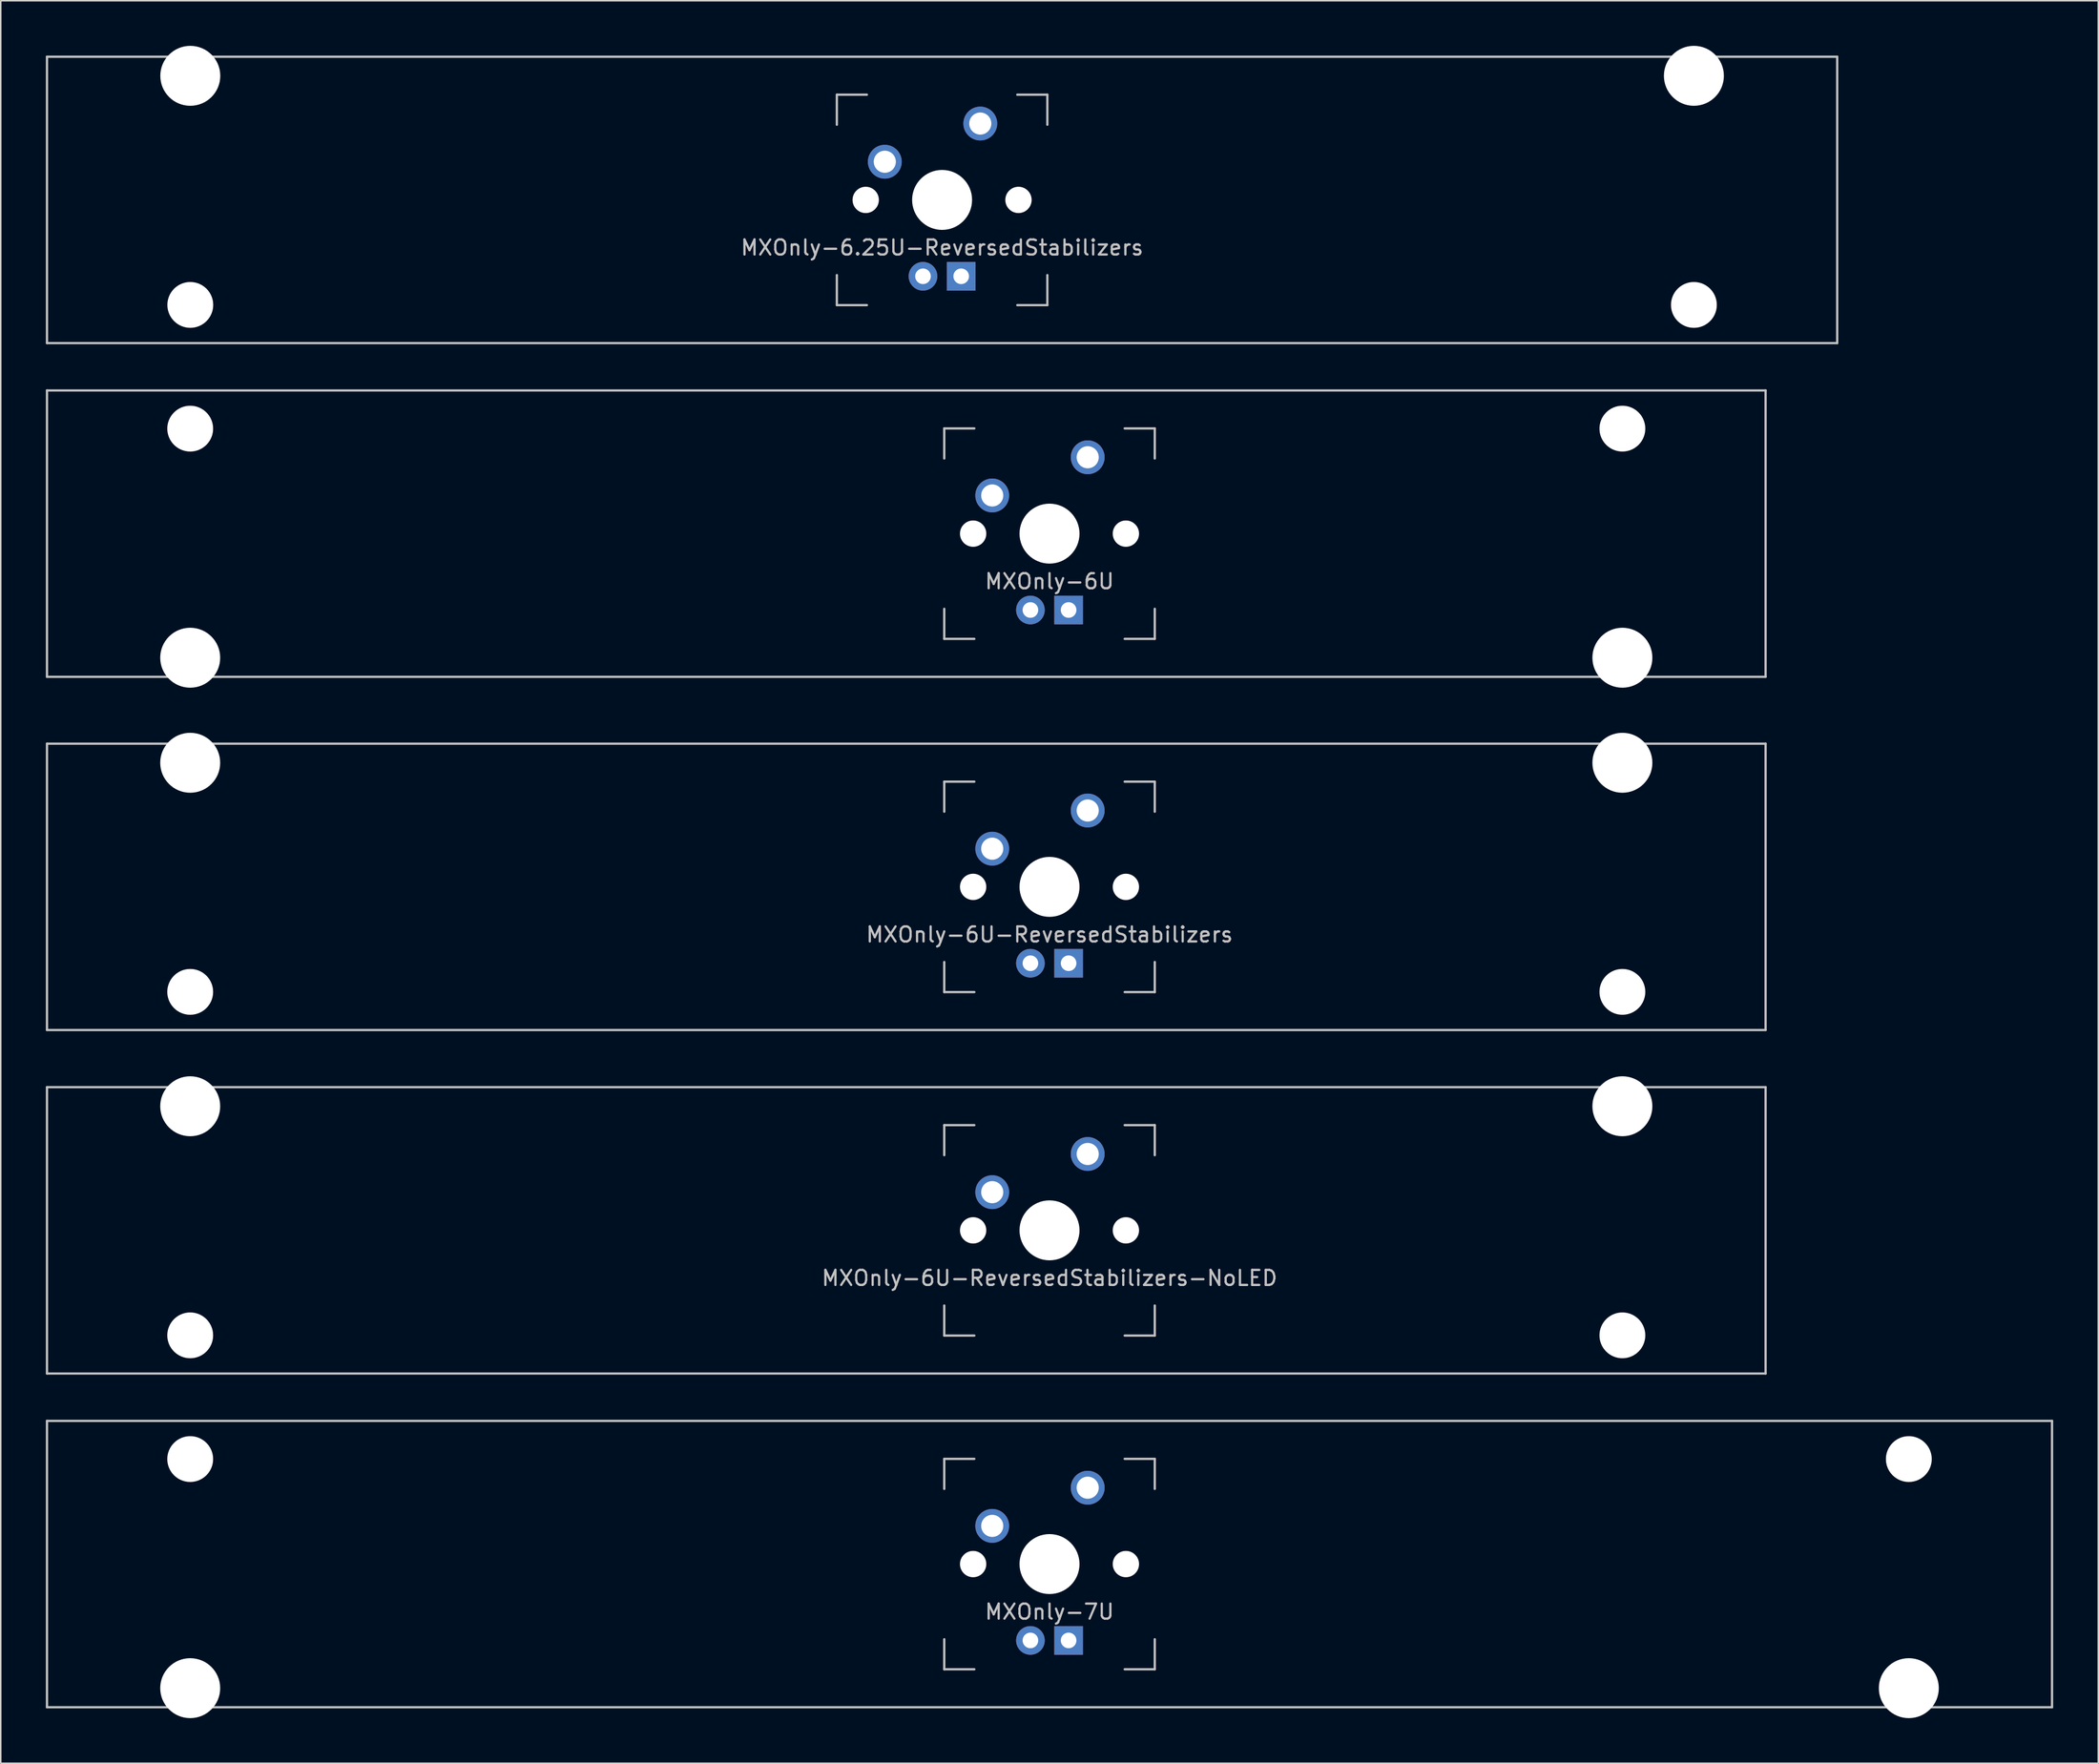
<source format=kicad_pcb>
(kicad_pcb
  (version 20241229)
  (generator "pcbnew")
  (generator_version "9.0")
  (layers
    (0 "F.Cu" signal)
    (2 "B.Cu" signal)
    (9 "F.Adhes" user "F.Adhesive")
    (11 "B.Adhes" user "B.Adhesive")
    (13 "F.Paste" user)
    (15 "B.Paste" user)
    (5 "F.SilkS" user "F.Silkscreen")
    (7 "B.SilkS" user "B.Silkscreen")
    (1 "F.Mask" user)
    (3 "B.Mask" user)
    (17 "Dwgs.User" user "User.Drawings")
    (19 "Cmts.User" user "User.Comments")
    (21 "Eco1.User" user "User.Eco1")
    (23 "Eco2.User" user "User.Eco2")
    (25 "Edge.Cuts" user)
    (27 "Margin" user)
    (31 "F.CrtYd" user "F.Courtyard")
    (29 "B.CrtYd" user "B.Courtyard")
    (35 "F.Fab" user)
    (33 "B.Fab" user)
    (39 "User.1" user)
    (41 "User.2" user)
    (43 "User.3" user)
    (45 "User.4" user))
  (footprint "MXOnly-6U"
    (layer "F.Cu")
    (at 57.225 32.449)
    (property "Reference" "MXOnly-6U" (at 9.525 3.175 0) (layer "Dwgs.User") (effects (font (size 1 1) (thickness 0.15))))
    (attr through_hole)
    (fp_line (start -57.15 -9.525) (end 57.15 -9.525) (stroke (width 0.15) (type solid)) (layer "Dwgs.User"))
    (fp_line (start -57.15 9.525) (end -57.15 -9.525) (stroke (width 0.15) (type solid)) (layer "Dwgs.User"))
    (fp_line (start -57.15 9.525) (end 57.15 9.525) (stroke (width 0.15) (type solid)) (layer "Dwgs.User"))
    (fp_line (start 2.525 -7) (end 2.525 -5) (stroke (width 0.15) (type solid)) (layer "Dwgs.User"))
    (fp_line (start 2.525 5) (end 2.525 7) (stroke (width 0.15) (type solid)) (layer "Dwgs.User"))
    (fp_line (start 2.525 7) (end 4.525 7) (stroke (width 0.15) (type solid)) (layer "Dwgs.User"))
    (fp_line (start 4.525 -7) (end 2.525 -7) (stroke (width 0.15) (type solid)) (layer "Dwgs.User"))
    (fp_line (start 14.525 -7) (end 16.525 -7) (stroke (width 0.15) (type solid)) (layer "Dwgs.User"))
    (fp_line (start 14.525 7) (end 16.525 7) (stroke (width 0.15) (type solid)) (layer "Dwgs.User"))
    (fp_line (start 16.525 -7) (end 16.525 -5) (stroke (width 0.15) (type solid)) (layer "Dwgs.User"))
    (fp_line (start 16.525 7) (end 16.525 5) (stroke (width 0.15) (type solid)) (layer "Dwgs.User"))
    (fp_line (start 57.15 -9.525) (end 57.15 9.525) (stroke (width 0.15) (type solid)) (layer "Dwgs.User"))
    (pad "" np_thru_hole circle (at -47.625 -6.985) (size 3.048 3.048) (drill 3.048) (layers "*.Cu" "*.Mask"))
    (pad "" np_thru_hole circle (at -47.625 8.255) (size 3.988 3.988) (drill 3.988) (layers "*.Cu" "*.Mask"))
    (pad "" np_thru_hole circle (at 4.445 0 48.1) (size 1.75 1.75) (drill 1.75) (layers "*.Cu" "*.Mask"))
    (pad "" np_thru_hole circle (at 9.525 0) (size 3.988 3.988) (drill 3.988) (layers "*.Cu" "*.Mask"))
    (pad "" np_thru_hole circle (at 14.605 0 48.1) (size 1.75 1.75) (drill 1.75) (layers "*.Cu" "*.Mask"))
    (pad "" np_thru_hole circle (at 47.625 -6.985) (size 3.048 3.048) (drill 3.048) (layers "*.Cu" "*.Mask"))
    (pad "" np_thru_hole circle (at 47.625 8.255) (size 3.988 3.988) (drill 3.988) (layers "*.Cu" "*.Mask"))
    (pad "1" thru_hole circle (at 5.715 -2.54) (size 2.25 2.25) (drill 1.47) (layers "*.Cu" "*.Mask"))
    (pad "2" thru_hole circle (at 12.065 -5.08) (size 2.25 2.25) (drill 1.47) (layers "*.Cu" "*.Mask"))
    (pad "3" thru_hole circle (at 8.255 5.08) (size 1.905 1.905) (drill 1.04) (layers "*.Cu" "*.Mask"))
    (pad "4" thru_hole rect (at 10.795 5.08) (size 1.905 1.905) (drill 1.04) (layers "*.Cu" "*.Mask")))
  (footprint "MXOnly-6U-ReversedStabilizers"
    (layer "F.Cu")
    (at 57.225 55.947)
    (property "Reference" "MXOnly-6U-ReversedStabilizers" (at 9.525 3.175 0) (layer "Dwgs.User") (effects (font (size 1 1) (thickness 0.15))))
    (attr through_hole)
    (fp_line (start -57.15 -9.525) (end 57.15 -9.525) (stroke (width 0.15) (type solid)) (layer "Dwgs.User"))
    (fp_line (start -57.15 9.525) (end -57.15 -9.525) (stroke (width 0.15) (type solid)) (layer "Dwgs.User"))
    (fp_line (start -57.15 9.525) (end 57.15 9.525) (stroke (width 0.15) (type solid)) (layer "Dwgs.User"))
    (fp_line (start 2.525 -7) (end 2.525 -5) (stroke (width 0.15) (type solid)) (layer "Dwgs.User"))
    (fp_line (start 2.525 5) (end 2.525 7) (stroke (width 0.15) (type solid)) (layer "Dwgs.User"))
    (fp_line (start 2.525 7) (end 4.525 7) (stroke (width 0.15) (type solid)) (layer "Dwgs.User"))
    (fp_line (start 4.525 -7) (end 2.525 -7) (stroke (width 0.15) (type solid)) (layer "Dwgs.User"))
    (fp_line (start 14.525 -7) (end 16.525 -7) (stroke (width 0.15) (type solid)) (layer "Dwgs.User"))
    (fp_line (start 14.525 7) (end 16.525 7) (stroke (width 0.15) (type solid)) (layer "Dwgs.User"))
    (fp_line (start 16.525 -7) (end 16.525 -5) (stroke (width 0.15) (type solid)) (layer "Dwgs.User"))
    (fp_line (start 16.525 7) (end 16.525 5) (stroke (width 0.15) (type solid)) (layer "Dwgs.User"))
    (fp_line (start 57.15 -9.525) (end 57.15 9.525) (stroke (width 0.15) (type solid)) (layer "Dwgs.User"))
    (pad "" np_thru_hole circle (at -47.625 -8.255) (size 3.988 3.988) (drill 3.988) (layers "*.Cu" "*.Mask"))
    (pad "" np_thru_hole circle (at -47.625 6.985) (size 3.048 3.048) (drill 3.048) (layers "*.Cu" "*.Mask"))
    (pad "" np_thru_hole circle (at 4.445 0 48.1) (size 1.75 1.75) (drill 1.75) (layers "*.Cu" "*.Mask"))
    (pad "" np_thru_hole circle (at 9.525 0) (size 3.988 3.988) (drill 3.988) (layers "*.Cu" "*.Mask"))
    (pad "" np_thru_hole circle (at 14.605 0 48.1) (size 1.75 1.75) (drill 1.75) (layers "*.Cu" "*.Mask"))
    (pad "" np_thru_hole circle (at 47.625 -8.255) (size 3.988 3.988) (drill 3.988) (layers "*.Cu" "*.Mask"))
    (pad "" np_thru_hole circle (at 47.625 6.985) (size 3.048 3.048) (drill 3.048) (layers "*.Cu" "*.Mask"))
    (pad "1" thru_hole circle (at 5.715 -2.54) (size 2.25 2.25) (drill 1.47) (layers "*.Cu" "*.Mask"))
    (pad "2" thru_hole circle (at 12.065 -5.08) (size 2.25 2.25) (drill 1.47) (layers "*.Cu" "*.Mask"))
    (pad "3" thru_hole circle (at 8.255 5.08) (size 1.905 1.905) (drill 1.04) (layers "*.Cu" "*.Mask"))
    (pad "4" thru_hole rect (at 10.795 5.08) (size 1.905 1.905) (drill 1.04) (layers "*.Cu" "*.Mask")))
  (footprint "MXOnly-6U-ReversedStabilizers-NoLED"
    (layer "F.Cu")
    (at 57.225 78.796)
    (property "Reference" "MXOnly-6U-ReversedStabilizers-NoLED" (at 9.525 3.175 0) (layer "Dwgs.User") (effects (font (size 1 1) (thickness 0.15))))
    (attr through_hole)
    (fp_line (start -57.15 -9.525) (end 57.15 -9.525) (stroke (width 0.15) (type solid)) (layer "Dwgs.User"))
    (fp_line (start -57.15 9.525) (end -57.15 -9.525) (stroke (width 0.15) (type solid)) (layer "Dwgs.User"))
    (fp_line (start -57.15 9.525) (end 57.15 9.525) (stroke (width 0.15) (type solid)) (layer "Dwgs.User"))
    (fp_line (start 2.525 -7) (end 2.525 -5) (stroke (width 0.15) (type solid)) (layer "Dwgs.User"))
    (fp_line (start 2.525 5) (end 2.525 7) (stroke (width 0.15) (type solid)) (layer "Dwgs.User"))
    (fp_line (start 2.525 7) (end 4.525 7) (stroke (width 0.15) (type solid)) (layer "Dwgs.User"))
    (fp_line (start 4.525 -7) (end 2.525 -7) (stroke (width 0.15) (type solid)) (layer "Dwgs.User"))
    (fp_line (start 14.525 -7) (end 16.525 -7) (stroke (width 0.15) (type solid)) (layer "Dwgs.User"))
    (fp_line (start 14.525 7) (end 16.525 7) (stroke (width 0.15) (type solid)) (layer "Dwgs.User"))
    (fp_line (start 16.525 -7) (end 16.525 -5) (stroke (width 0.15) (type solid)) (layer "Dwgs.User"))
    (fp_line (start 16.525 7) (end 16.525 5) (stroke (width 0.15) (type solid)) (layer "Dwgs.User"))
    (fp_line (start 57.15 -9.525) (end 57.15 9.525) (stroke (width 0.15) (type solid)) (layer "Dwgs.User"))
    (pad "" np_thru_hole circle (at -47.625 -8.255) (size 3.988 3.988) (drill 3.988) (layers "*.Cu" "*.Mask"))
    (pad "" np_thru_hole circle (at -47.625 6.985) (size 3.048 3.048) (drill 3.048) (layers "*.Cu" "*.Mask"))
    (pad "" np_thru_hole circle (at 4.445 0 48.1) (size 1.75 1.75) (drill 1.75) (layers "*.Cu" "*.Mask"))
    (pad "" np_thru_hole circle (at 9.525 0) (size 3.988 3.988) (drill 3.988) (layers "*.Cu" "*.Mask"))
    (pad "" np_thru_hole circle (at 14.605 0 48.1) (size 1.75 1.75) (drill 1.75) (layers "*.Cu" "*.Mask"))
    (pad "" np_thru_hole circle (at 47.625 -8.255) (size 3.988 3.988) (drill 3.988) (layers "*.Cu" "*.Mask"))
    (pad "" np_thru_hole circle (at 47.625 6.985) (size 3.048 3.048) (drill 3.048) (layers "*.Cu" "*.Mask"))
    (pad "1" thru_hole circle (at 5.715 -2.54) (size 2.25 2.25) (drill 1.47) (layers "*.Cu" "*.Mask"))
    (pad "2" thru_hole circle (at 12.065 -5.08) (size 2.25 2.25) (drill 1.47) (layers "*.Cu" "*.Mask")))
  (footprint "MXOnly-6.25U-ReversedStabilizers"
    (layer "F.Cu")
    (at 59.606 10.249)
    (property "Reference" "MXOnly-6.25U-ReversedStabilizers" (at 0 3.175 0) (layer "Dwgs.User") (effects (font (size 1 1) (thickness 0.15))))
    (attr through_hole)
    (fp_line (start -59.531 -9.525) (end 59.531 -9.525) (stroke (width 0.15) (type solid)) (layer "Dwgs.User"))
    (fp_line (start -59.531 9.525) (end -59.531 -9.525) (stroke (width 0.15) (type solid)) (layer "Dwgs.User"))
    (fp_line (start -59.531 9.525) (end 59.531 9.525) (stroke (width 0.15) (type solid)) (layer "Dwgs.User"))
    (fp_line (start -7 -7) (end -7 -5) (stroke (width 0.15) (type solid)) (layer "Dwgs.User"))
    (fp_line (start -7 5) (end -7 7) (stroke (width 0.15) (type solid)) (layer "Dwgs.User"))
    (fp_line (start -7 7) (end -5 7) (stroke (width 0.15) (type solid)) (layer "Dwgs.User"))
    (fp_line (start -5 -7) (end -7 -7) (stroke (width 0.15) (type solid)) (layer "Dwgs.User"))
    (fp_line (start 5 -7) (end 7 -7) (stroke (width 0.15) (type solid)) (layer "Dwgs.User"))
    (fp_line (start 5 7) (end 7 7) (stroke (width 0.15) (type solid)) (layer "Dwgs.User"))
    (fp_line (start 7 -7) (end 7 -5) (stroke (width 0.15) (type solid)) (layer "Dwgs.User"))
    (fp_line (start 7 7) (end 7 5) (stroke (width 0.15) (type solid)) (layer "Dwgs.User"))
    (fp_line (start 59.531 -9.525) (end 59.531 9.525) (stroke (width 0.15) (type solid)) (layer "Dwgs.User"))
    (pad "" np_thru_hole circle (at -50 -8.255) (size 3.988 3.988) (drill 3.988) (layers "*.Cu" "*.Mask"))
    (pad "" np_thru_hole circle (at -50 6.985) (size 3.048 3.048) (drill 3.048) (layers "*.Cu" "*.Mask"))
    (pad "" np_thru_hole circle (at -5.08 0 48.1) (size 1.75 1.75) (drill 1.75) (layers "*.Cu" "*.Mask"))
    (pad "" np_thru_hole circle (at 0 0) (size 3.988 3.988) (drill 3.988) (layers "*.Cu" "*.Mask"))
    (pad "" np_thru_hole circle (at 5.08 0 48.1) (size 1.75 1.75) (drill 1.75) (layers "*.Cu" "*.Mask"))
    (pad "" np_thru_hole circle (at 50 -8.255) (size 3.988 3.988) (drill 3.988) (layers "*.Cu" "*.Mask"))
    (pad "" np_thru_hole circle (at 50 6.985) (size 3.048 3.048) (drill 3.048) (layers "*.Cu" "*.Mask"))
    (pad "1" thru_hole circle (at -3.81 -2.54) (size 2.25 2.25) (drill 1.47) (layers "*.Cu" "*.Mask"))
    (pad "2" thru_hole circle (at 2.54 -5.08) (size 2.25 2.25) (drill 1.47) (layers "*.Cu" "*.Mask"))
    (pad "3" thru_hole circle (at -1.27 5.08) (size 1.905 1.905) (drill 1.04) (layers "*.Cu" "*.Mask"))
    (pad "4" thru_hole rect (at 1.27 5.08) (size 1.905 1.905) (drill 1.04) (layers "*.Cu" "*.Mask")))
  (footprint "MXOnly-7U"
    (layer "F.Cu")
    (at 66.75 100.996)
    (property "Reference" "MXOnly-7U" (at 0 3.175 0) (layer "Dwgs.User") (effects (font (size 1 1) (thickness 0.15))))
    (attr through_hole)
    (fp_line (start -66.675 -9.525) (end 66.675 -9.525) (stroke (width 0.15) (type solid)) (layer "Dwgs.User"))
    (fp_line (start -66.675 9.525) (end -66.675 -9.525) (stroke (width 0.15) (type solid)) (layer "Dwgs.User"))
    (fp_line (start -66.675 9.525) (end 66.675 9.525) (stroke (width 0.15) (type solid)) (layer "Dwgs.User"))
    (fp_line (start -7 -7) (end -7 -5) (stroke (width 0.15) (type solid)) (layer "Dwgs.User"))
    (fp_line (start -7 5) (end -7 7) (stroke (width 0.15) (type solid)) (layer "Dwgs.User"))
    (fp_line (start -7 7) (end -5 7) (stroke (width 0.15) (type solid)) (layer "Dwgs.User"))
    (fp_line (start -5 -7) (end -7 -7) (stroke (width 0.15) (type solid)) (layer "Dwgs.User"))
    (fp_line (start 5 -7) (end 7 -7) (stroke (width 0.15) (type solid)) (layer "Dwgs.User"))
    (fp_line (start 5 7) (end 7 7) (stroke (width 0.15) (type solid)) (layer "Dwgs.User"))
    (fp_line (start 7 -7) (end 7 -5) (stroke (width 0.15) (type solid)) (layer "Dwgs.User"))
    (fp_line (start 7 7) (end 7 5) (stroke (width 0.15) (type solid)) (layer "Dwgs.User"))
    (fp_line (start 66.675 -9.525) (end 66.675 9.525) (stroke (width 0.15) (type solid)) (layer "Dwgs.User"))
    (pad "" np_thru_hole circle (at -57.15 -6.985) (size 3.048 3.048) (drill 3.048) (layers "*.Cu" "*.Mask"))
    (pad "" np_thru_hole circle (at -57.15 8.255) (size 3.988 3.988) (drill 3.988) (layers "*.Cu" "*.Mask"))
    (pad "" np_thru_hole circle (at -5.08 0 48.1) (size 1.75 1.75) (drill 1.75) (layers "*.Cu" "*.Mask"))
    (pad "" np_thru_hole circle (at 0 0) (size 3.988 3.988) (drill 3.988) (layers "*.Cu" "*.Mask"))
    (pad "" np_thru_hole circle (at 5.08 0 48.1) (size 1.75 1.75) (drill 1.75) (layers "*.Cu" "*.Mask"))
    (pad "" np_thru_hole circle (at 57.15 -6.985) (size 3.048 3.048) (drill 3.048) (layers "*.Cu" "*.Mask"))
    (pad "" np_thru_hole circle (at 57.15 8.255) (size 3.988 3.988) (drill 3.988) (layers "*.Cu" "*.Mask"))
    (pad "1" thru_hole circle (at -3.81 -2.54) (size 2.25 2.25) (drill 1.47) (layers "*.Cu" "*.Mask"))
    (pad "2" thru_hole circle (at 2.54 -5.08) (size 2.25 2.25) (drill 1.47) (layers "*.Cu" "*.Mask"))
    (pad "3" thru_hole circle (at -1.27 5.08) (size 1.905 1.905) (drill 1.04) (layers "*.Cu" "*.Mask"))
    (pad "4" thru_hole rect (at 1.27 5.08) (size 1.905 1.905) (drill 1.04) (layers "*.Cu" "*.Mask")))
  (gr_rect
    (start -3 -3)
    (end 136.5 114.245)
    (stroke (width 0.1) (type default))
    (fill no)
    (layer "Edge.Cuts")))
</source>
